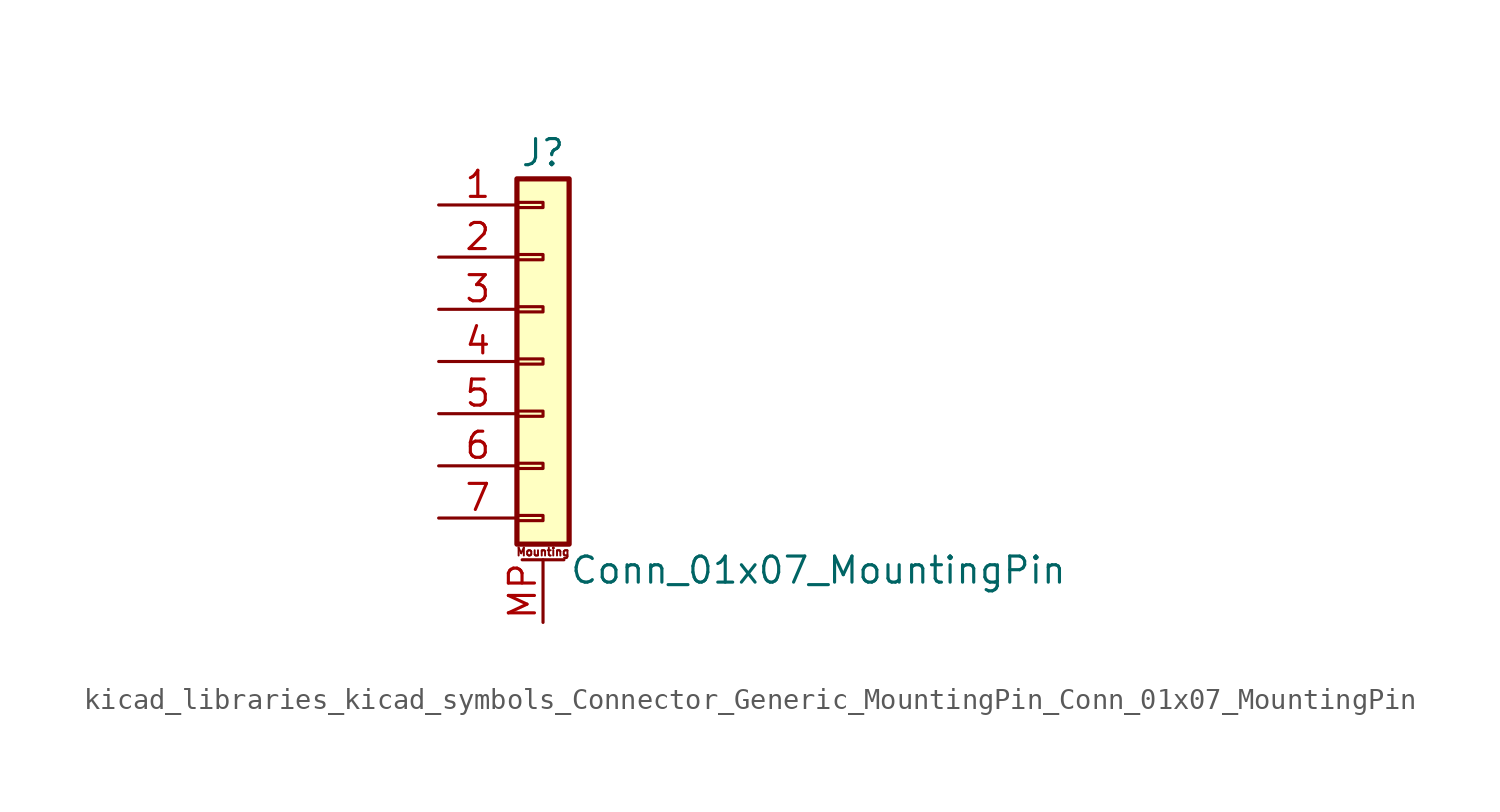
<source format=kicad_sym>
(kicad_symbol_lib
  (version 20220914)
  (generator kicad_symbol_editor)
  (symbol "kicad_libraries_kicad_symbols_Connector_Generic_MountingPin_Conn_01x07_MountingPin"
    (pin_names
      (offset 1.016) hide)
    (property "Reference" "J"
      (at 0 10.16 0)
      (effects (font (size 1.27 1.27))))
    (property "Value" "Conn_01x07_MountingPin"
      (at 1.27 -10.16 0)
      (effects (font (size 1.27 1.27)) (justify left)))
    (symbol "kicad_libraries_kicad_symbols_Connector_Generic_MountingPin_Conn_01x07_MountingPin_1_1"
      (rectangle (start -1.27 -7.493) (end 0 -7.747) (stroke (width 0.152) (type default)) (fill (type none)))
      (rectangle (start -1.27 -4.953) (end 0 -5.207) (stroke (width 0.152) (type default)) (fill (type none)))
      (rectangle (start -1.27 -2.413) (end 0 -2.667) (stroke (width 0.152) (type default)) (fill (type none)))
      (rectangle (start -1.27 0.127) (end 0 -0.127) (stroke (width 0.152) (type default)) (fill (type none)))
      (rectangle (start -1.27 2.667) (end 0 2.413) (stroke (width 0.152) (type default)) (fill (type none)))
      (rectangle (start -1.27 5.207) (end 0 4.953) (stroke (width 0.152) (type default)) (fill (type none)))
      (rectangle (start -1.27 7.747) (end 0 7.493) (stroke (width 0.152) (type default)) (fill (type none)))
      (rectangle (start -1.27 8.89) (end 1.27 -8.89) (stroke (width 0.254) (type default)) (fill (type background)))
      (polyline (pts (xy -1.016 -9.652) (xy 1.016 -9.652)) (stroke (width 0.152) (type default)) (fill (type none)))
      (text "Mounting" (at 0 -9.271 0) (effects (font (size 0.381 0.381))))
      (pin passive line (at -5.08 7.62 0) (length 3.81) (name "Pin_1" (effects (font (size 1.27 1.27)))) (number "1" (effects (font (size 1.27 1.27)))))
      (pin passive line (at -5.08 5.08 0) (length 3.81) (name "Pin_2" (effects (font (size 1.27 1.27)))) (number "2" (effects (font (size 1.27 1.27)))))
      (pin passive line (at -5.08 2.54 0) (length 3.81) (name "Pin_3" (effects (font (size 1.27 1.27)))) (number "3" (effects (font (size 1.27 1.27)))))
      (pin passive line (at -5.08 0 0) (length 3.81) (name "Pin_4" (effects (font (size 1.27 1.27)))) (number "4" (effects (font (size 1.27 1.27)))))
      (pin passive line (at -5.08 -2.54 0) (length 3.81) (name "Pin_5" (effects (font (size 1.27 1.27)))) (number "5" (effects (font (size 1.27 1.27)))))
      (pin passive line (at -5.08 -5.08 0) (length 3.81) (name "Pin_6" (effects (font (size 1.27 1.27)))) (number "6" (effects (font (size 1.27 1.27)))))
      (pin passive line (at -5.08 -7.62 0) (length 3.81) (name "Pin_7" (effects (font (size 1.27 1.27)))) (number "7" (effects (font (size 1.27 1.27)))))
      (pin passive line (at 0 -12.7 90) (length 3.048) (name "MountPin" (effects (font (size 1.27 1.27)))) (number "MP" (effects (font (size 1.27 1.27))))))))
</source>
